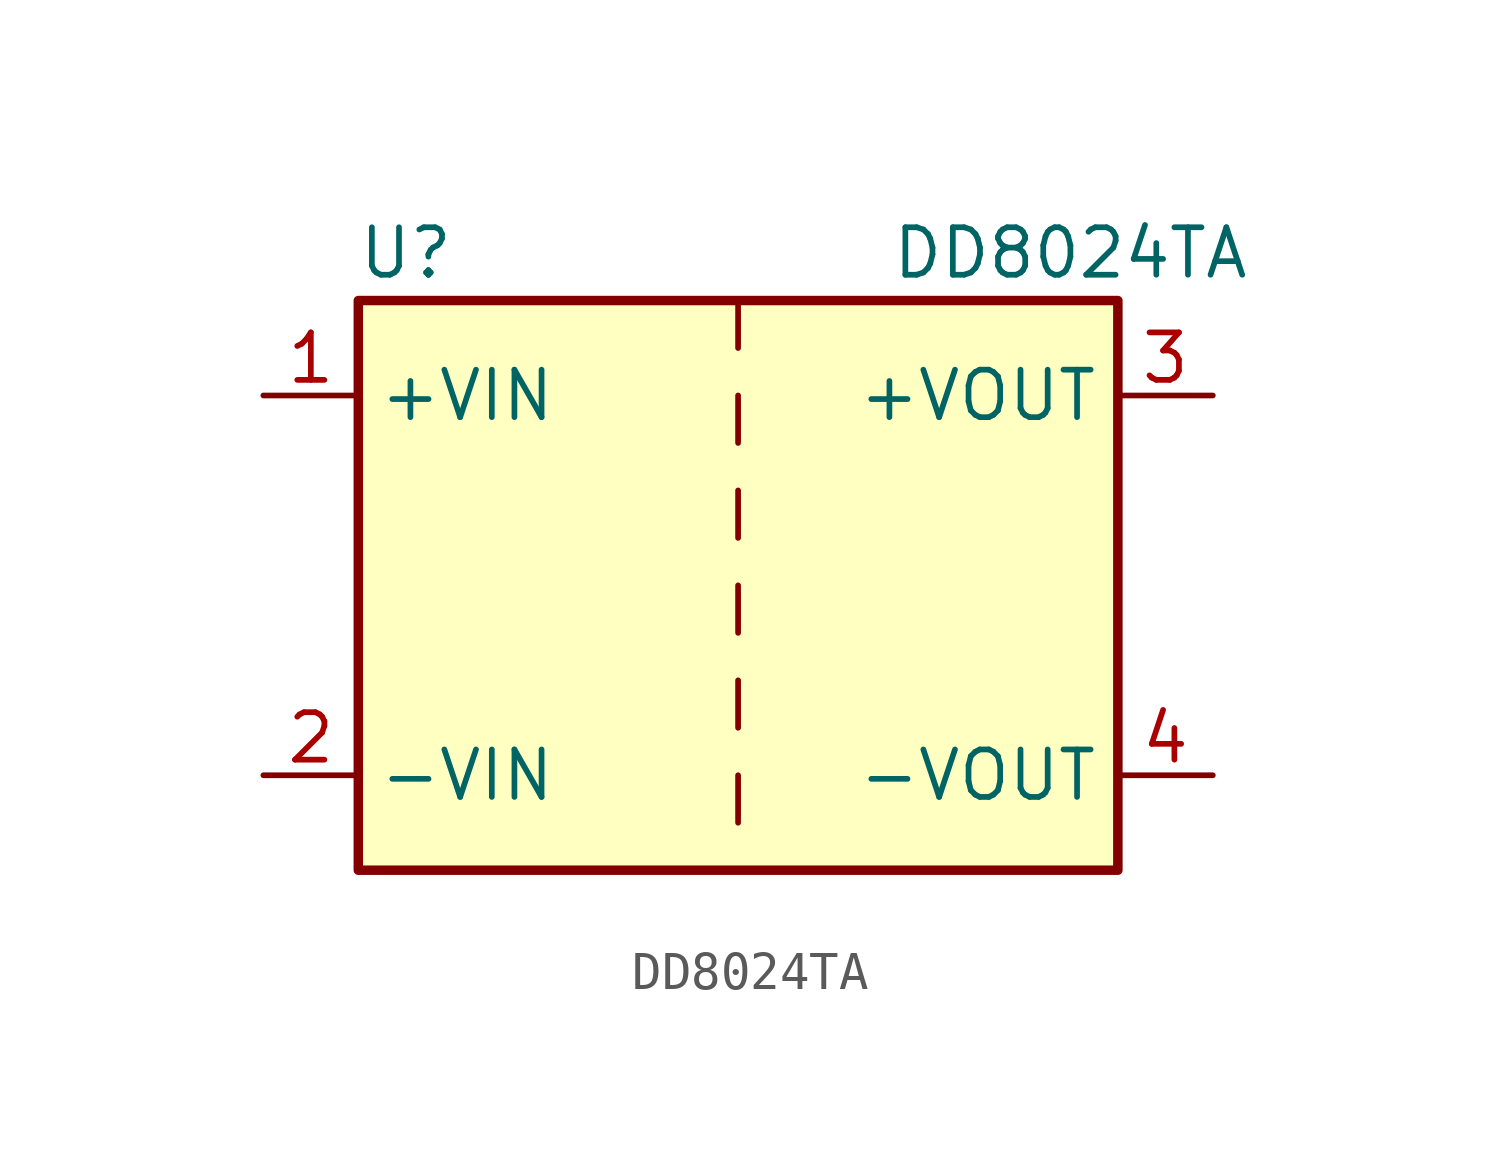
<source format=kicad_sym>
(kicad_symbol_lib
  (version 20201005)
  (generator kicad_symbol_editor)
  (symbol "DD8024TA:DD8024TA"
    (property "Reference" "U"
      (at -8.89 8.89 0)
      (effects (font (size 1.27 1.27))))
    (property "Value" "DD8024TA"
      (at 8.89 8.89 0)
      (effects (font (size 1.27 1.27))))
    (symbol "DD8024TA_0_1"
      (rectangle (start -10.16 7.62) (end 10.16 -7.62) (stroke (width 0.254)) (fill (type background)))
      (polyline (pts (xy 0 -5.08) (xy 0 -6.35)) (stroke (width 0)) (fill (type none)))
      (polyline (pts (xy 0 -2.54) (xy 0 -3.81)) (stroke (width 0)) (fill (type none)))
      (polyline (pts (xy 0 0) (xy 0 -1.27)) (stroke (width 0)) (fill (type none)))
      (polyline (pts (xy 0 2.54) (xy 0 1.27)) (stroke (width 0)) (fill (type none)))
      (polyline (pts (xy 0 5.08) (xy 0 3.81)) (stroke (width 0)) (fill (type none)))
      (polyline (pts (xy 0 7.62) (xy 0 6.35)) (stroke (width 0)) (fill (type none))))
    (symbol "DD8024TA_1_1"
      (pin power_in line (at -12.7 5.08 0) (length 2.54) (name "+VIN" (effects (font (size 1.27 1.27)))) (number "1" (effects (font (size 1.27 1.27)))))
      (pin power_in line (at -12.7 -5.08 0) (length 2.54) (name "-VIN" (effects (font (size 1.27 1.27)))) (number "2" (effects (font (size 1.27 1.27)))))
      (pin power_out line (at 12.7 5.08 180) (length 2.54) (name "+VOUT" (effects (font (size 1.27 1.27)))) (number "3" (effects (font (size 1.27 1.27)))))
      (pin power_out line (at 12.7 -5.08 180) (length 2.54) (name "-VOUT" (effects (font (size 1.27 1.27)))) (number "4" (effects (font (size 1.27 1.27))))))))
</source>
